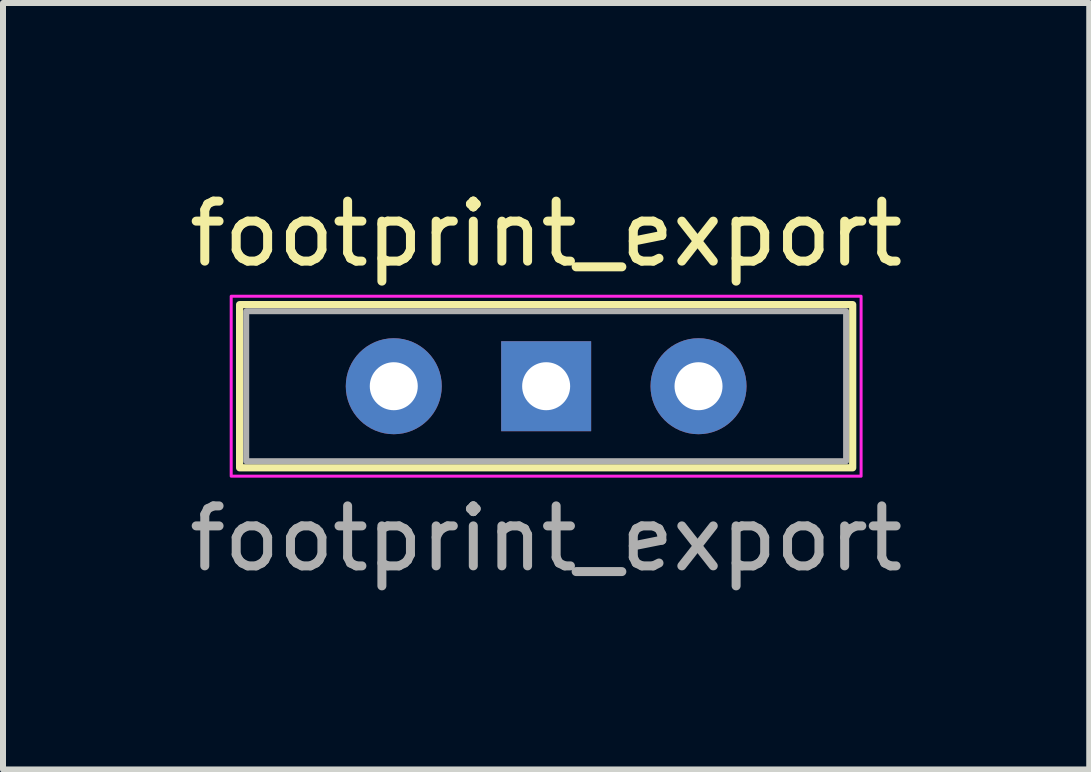
<source format=kicad_pcb>
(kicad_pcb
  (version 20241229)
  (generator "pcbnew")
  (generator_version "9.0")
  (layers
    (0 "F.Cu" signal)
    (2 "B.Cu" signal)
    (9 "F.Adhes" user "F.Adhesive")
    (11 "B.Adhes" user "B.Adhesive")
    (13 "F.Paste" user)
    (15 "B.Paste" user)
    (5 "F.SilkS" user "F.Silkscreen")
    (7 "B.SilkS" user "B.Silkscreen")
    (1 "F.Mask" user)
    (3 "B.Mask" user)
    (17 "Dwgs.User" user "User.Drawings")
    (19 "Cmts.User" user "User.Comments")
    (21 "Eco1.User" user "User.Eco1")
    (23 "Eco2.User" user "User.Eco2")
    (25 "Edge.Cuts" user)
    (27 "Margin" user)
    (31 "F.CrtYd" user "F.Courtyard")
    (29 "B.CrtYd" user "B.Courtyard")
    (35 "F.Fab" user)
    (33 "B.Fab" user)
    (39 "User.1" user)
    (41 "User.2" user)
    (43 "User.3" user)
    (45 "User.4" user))
  (footprint "footprint_export"
    (layer "F.Cu")
    (at 6.054 3.388)
    (property "Reference" "footprint_export" (at 0 -2.54 0) (layer "F.SilkS") (effects (font (size 1 1) (thickness 0.15))))
    (attr through_hole)
    (fp_rect (start -5.11 -1.36) (end 5.11 1.36) (stroke (width 0.12) (type default)) (fill no) (layer "F.SilkS"))
    (fp_rect (start -5.25 -1.5) (end 5.25 1.5) (stroke (width 0.05) (type default)) (fill no) (layer "F.CrtYd"))
    (fp_rect (start -5 -1.25) (end 5 1.25) (stroke (width 0.1) (type default)) (fill no) (layer "F.Fab"))
    (fp_text user "${REFERENCE}" (at 0 2.54 0) (layer "F.Fab") (effects (font (size 1 1) (thickness 0.15))))
    (pad "1" thru_hole rect (at 0 0) (size 1.5 1.5) (drill 0.8) (layers "*.Cu" "*.Mask"))
    (pad "2" thru_hole circle (at -2.54 0) (size 1.6 1.6) (drill 0.8) (layers "*.Cu" "*.Mask"))
    (pad "3" thru_hole circle (at 2.54 0) (size 1.6 1.6) (drill 0.8) (layers "*.Cu" "*.Mask")))
  (gr_rect
    (start -3 -3)
    (end 15.107 9.777)
    (stroke (width 0.1) (type default))
    (fill no)
    (layer "Edge.Cuts")))
</source>
